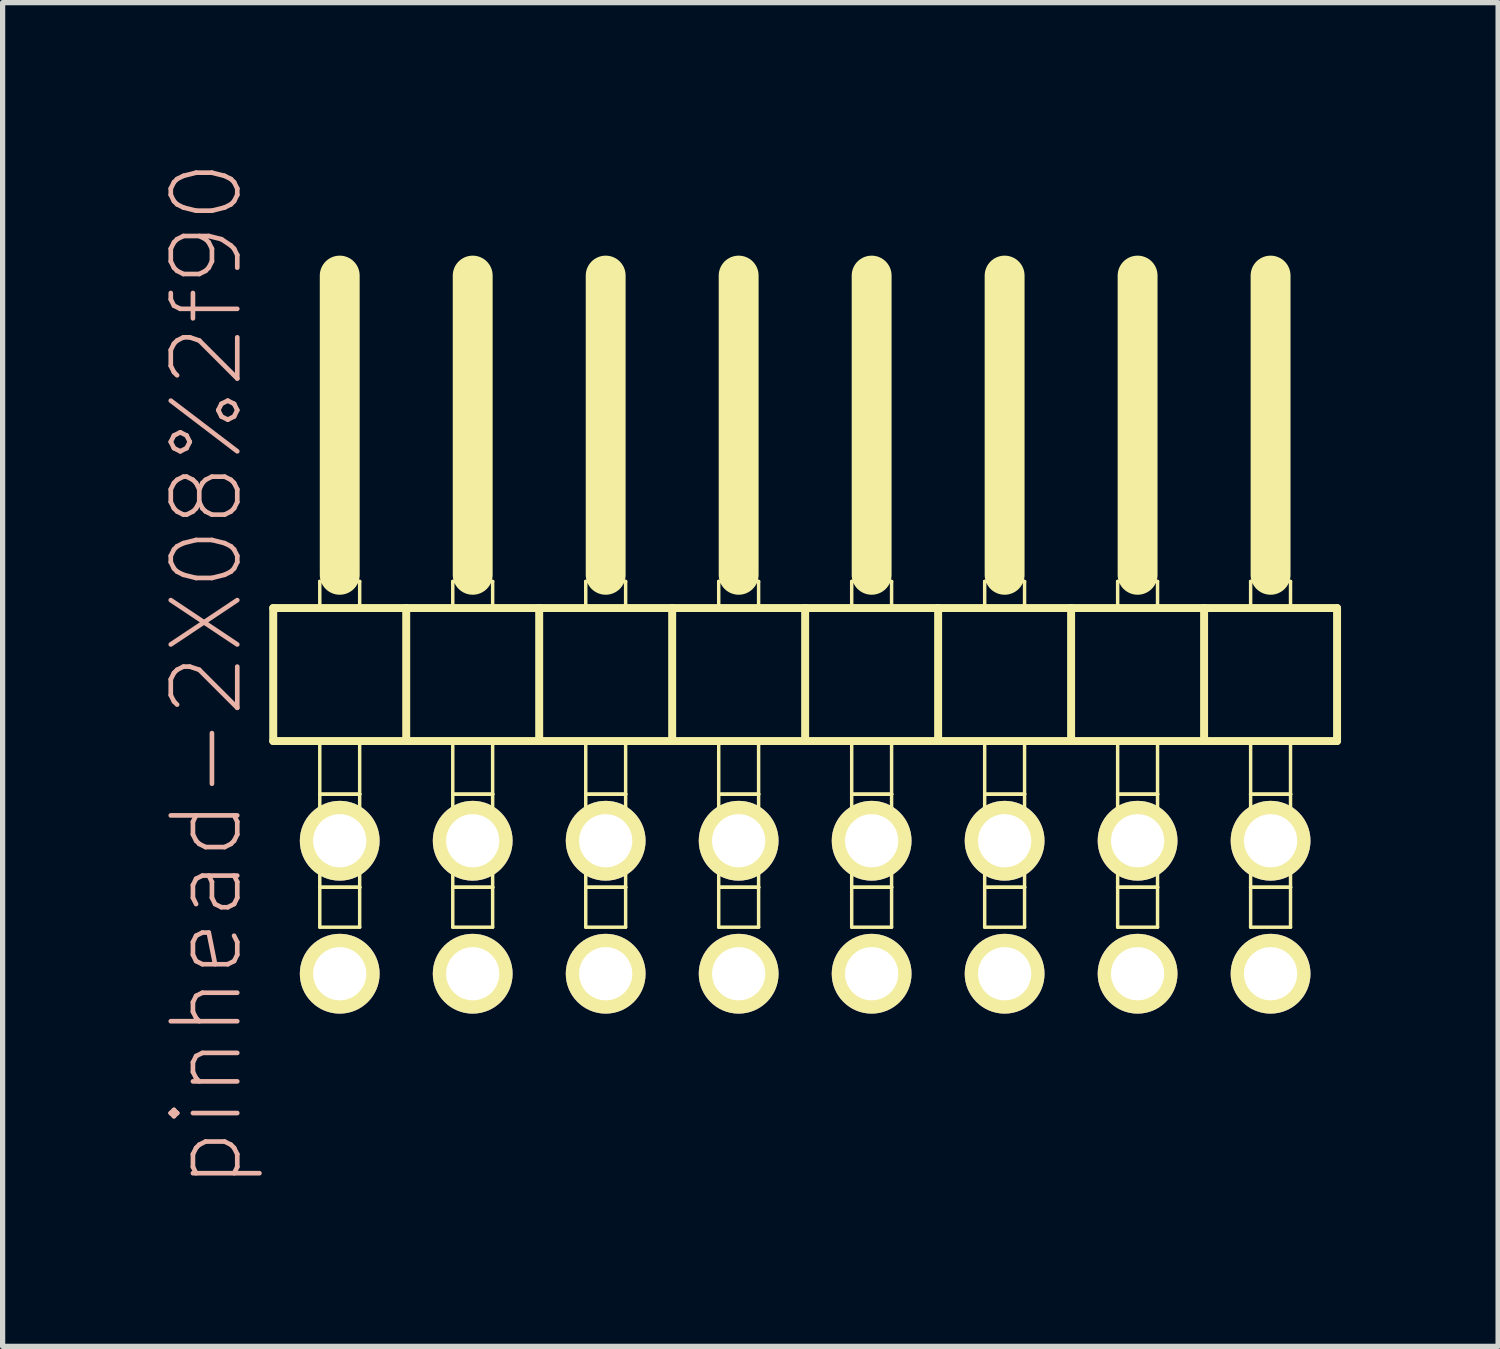
<source format=kicad_pcb>
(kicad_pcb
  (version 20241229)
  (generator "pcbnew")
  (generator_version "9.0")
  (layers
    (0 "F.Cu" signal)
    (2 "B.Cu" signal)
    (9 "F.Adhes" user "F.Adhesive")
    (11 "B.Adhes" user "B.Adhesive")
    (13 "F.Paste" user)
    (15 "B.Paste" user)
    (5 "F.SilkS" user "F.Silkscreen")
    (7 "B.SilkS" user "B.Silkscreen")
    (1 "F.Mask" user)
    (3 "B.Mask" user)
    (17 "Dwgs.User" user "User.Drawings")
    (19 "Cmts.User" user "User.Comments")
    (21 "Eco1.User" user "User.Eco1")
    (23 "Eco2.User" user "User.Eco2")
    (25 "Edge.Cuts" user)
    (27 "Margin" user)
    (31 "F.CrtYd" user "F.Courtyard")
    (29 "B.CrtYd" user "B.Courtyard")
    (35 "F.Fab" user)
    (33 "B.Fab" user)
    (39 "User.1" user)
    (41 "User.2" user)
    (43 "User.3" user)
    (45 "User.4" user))
  (footprint "pinhead-2X08%2f90"
    (layer "F.Cu")
    (at 12.329 9.199)
    (property "Reference" "pinhead-2X08%2f90" (at -11.43 0.635 90) (layer "B.SilkS") (effects (font (size 1.27 1.27) (thickness 0.089))))
    (attr exclude_from_pos_files exclude_from_bom)
    (fp_line (start -10.16 -0.635) (end -10.16 1.905) (stroke (width 0.152) (type solid)) (layer "F.SilkS"))
    (fp_line (start -10.16 1.905) (end -7.62 1.905) (stroke (width 0.152) (type solid)) (layer "F.SilkS"))
    (fp_line (start -9.271 -1.143) (end -8.509 -1.143) (stroke (width 0.066) (type solid)) (layer "F.SilkS"))
    (fp_line (start -9.271 -0.635) (end -9.271 -1.143) (stroke (width 0.066) (type solid)) (layer "F.SilkS"))
    (fp_line (start -9.271 -0.635) (end -8.509 -0.635) (stroke (width 0.066) (type solid)) (layer "F.SilkS"))
    (fp_line (start -9.271 1.905) (end -8.509 1.905) (stroke (width 0.066) (type solid)) (layer "F.SilkS"))
    (fp_line (start -9.271 2.921) (end -9.271 1.905) (stroke (width 0.066) (type solid)) (layer "F.SilkS"))
    (fp_line (start -9.271 2.921) (end -8.509 2.921) (stroke (width 0.066) (type solid)) (layer "F.SilkS"))
    (fp_line (start -9.271 2.921) (end -8.509 2.921) (stroke (width 0.066) (type solid)) (layer "F.SilkS"))
    (fp_line (start -9.271 4.699) (end -9.271 2.921) (stroke (width 0.066) (type solid)) (layer "F.SilkS"))
    (fp_line (start -9.271 4.699) (end -8.509 4.699) (stroke (width 0.066) (type solid)) (layer "F.SilkS"))
    (fp_line (start -9.271 4.699) (end -8.509 4.699) (stroke (width 0.066) (type solid)) (layer "F.SilkS"))
    (fp_line (start -9.271 5.461) (end -9.271 4.699) (stroke (width 0.066) (type solid)) (layer "F.SilkS"))
    (fp_line (start -9.271 5.461) (end -8.509 5.461) (stroke (width 0.066) (type solid)) (layer "F.SilkS"))
    (fp_line (start -8.89 -6.985) (end -8.89 -1.27) (stroke (width 0.762) (type solid)) (layer "F.SilkS"))
    (fp_line (start -8.509 -0.635) (end -8.509 -1.143) (stroke (width 0.066) (type solid)) (layer "F.SilkS"))
    (fp_line (start -8.509 2.921) (end -8.509 1.905) (stroke (width 0.066) (type solid)) (layer "F.SilkS"))
    (fp_line (start -8.509 4.699) (end -8.509 2.921) (stroke (width 0.066) (type solid)) (layer "F.SilkS"))
    (fp_line (start -8.509 5.461) (end -8.509 4.699) (stroke (width 0.066) (type solid)) (layer "F.SilkS"))
    (fp_line (start -7.62 -0.635) (end -10.16 -0.635) (stroke (width 0.152) (type solid)) (layer "F.SilkS"))
    (fp_line (start -7.62 1.905) (end -7.62 -0.635) (stroke (width 0.152) (type solid)) (layer "F.SilkS"))
    (fp_line (start -7.62 1.905) (end -5.08 1.905) (stroke (width 0.152) (type solid)) (layer "F.SilkS"))
    (fp_line (start -6.731 -1.143) (end -5.969 -1.143) (stroke (width 0.066) (type solid)) (layer "F.SilkS"))
    (fp_line (start -6.731 -0.635) (end -6.731 -1.143) (stroke (width 0.066) (type solid)) (layer "F.SilkS"))
    (fp_line (start -6.731 -0.635) (end -5.969 -0.635) (stroke (width 0.066) (type solid)) (layer "F.SilkS"))
    (fp_line (start -6.731 1.905) (end -5.969 1.905) (stroke (width 0.066) (type solid)) (layer "F.SilkS"))
    (fp_line (start -6.731 2.921) (end -6.731 1.905) (stroke (width 0.066) (type solid)) (layer "F.SilkS"))
    (fp_line (start -6.731 2.921) (end -5.969 2.921) (stroke (width 0.066) (type solid)) (layer "F.SilkS"))
    (fp_line (start -6.731 2.921) (end -5.969 2.921) (stroke (width 0.066) (type solid)) (layer "F.SilkS"))
    (fp_line (start -6.731 4.699) (end -6.731 2.921) (stroke (width 0.066) (type solid)) (layer "F.SilkS"))
    (fp_line (start -6.731 4.699) (end -5.969 4.699) (stroke (width 0.066) (type solid)) (layer "F.SilkS"))
    (fp_line (start -6.731 4.699) (end -5.969 4.699) (stroke (width 0.066) (type solid)) (layer "F.SilkS"))
    (fp_line (start -6.731 5.461) (end -6.731 4.699) (stroke (width 0.066) (type solid)) (layer "F.SilkS"))
    (fp_line (start -6.731 5.461) (end -5.969 5.461) (stroke (width 0.066) (type solid)) (layer "F.SilkS"))
    (fp_line (start -6.35 -6.985) (end -6.35 -1.27) (stroke (width 0.762) (type solid)) (layer "F.SilkS"))
    (fp_line (start -5.969 -0.635) (end -5.969 -1.143) (stroke (width 0.066) (type solid)) (layer "F.SilkS"))
    (fp_line (start -5.969 2.921) (end -5.969 1.905) (stroke (width 0.066) (type solid)) (layer "F.SilkS"))
    (fp_line (start -5.969 4.699) (end -5.969 2.921) (stroke (width 0.066) (type solid)) (layer "F.SilkS"))
    (fp_line (start -5.969 5.461) (end -5.969 4.699) (stroke (width 0.066) (type solid)) (layer "F.SilkS"))
    (fp_line (start -5.08 -0.635) (end -7.62 -0.635) (stroke (width 0.152) (type solid)) (layer "F.SilkS"))
    (fp_line (start -5.08 1.905) (end -5.08 -0.635) (stroke (width 0.152) (type solid)) (layer "F.SilkS"))
    (fp_line (start -5.08 1.905) (end -2.54 1.905) (stroke (width 0.152) (type solid)) (layer "F.SilkS"))
    (fp_line (start -4.191 -1.143) (end -3.429 -1.143) (stroke (width 0.066) (type solid)) (layer "F.SilkS"))
    (fp_line (start -4.191 -0.635) (end -4.191 -1.143) (stroke (width 0.066) (type solid)) (layer "F.SilkS"))
    (fp_line (start -4.191 -0.635) (end -3.429 -0.635) (stroke (width 0.066) (type solid)) (layer "F.SilkS"))
    (fp_line (start -4.191 1.905) (end -3.429 1.905) (stroke (width 0.066) (type solid)) (layer "F.SilkS"))
    (fp_line (start -4.191 2.921) (end -4.191 1.905) (stroke (width 0.066) (type solid)) (layer "F.SilkS"))
    (fp_line (start -4.191 2.921) (end -3.429 2.921) (stroke (width 0.066) (type solid)) (layer "F.SilkS"))
    (fp_line (start -4.191 2.921) (end -3.429 2.921) (stroke (width 0.066) (type solid)) (layer "F.SilkS"))
    (fp_line (start -4.191 4.699) (end -4.191 2.921) (stroke (width 0.066) (type solid)) (layer "F.SilkS"))
    (fp_line (start -4.191 4.699) (end -3.429 4.699) (stroke (width 0.066) (type solid)) (layer "F.SilkS"))
    (fp_line (start -4.191 4.699) (end -3.429 4.699) (stroke (width 0.066) (type solid)) (layer "F.SilkS"))
    (fp_line (start -4.191 5.461) (end -4.191 4.699) (stroke (width 0.066) (type solid)) (layer "F.SilkS"))
    (fp_line (start -4.191 5.461) (end -3.429 5.461) (stroke (width 0.066) (type solid)) (layer "F.SilkS"))
    (fp_line (start -3.81 -6.985) (end -3.81 -1.27) (stroke (width 0.762) (type solid)) (layer "F.SilkS"))
    (fp_line (start -3.429 -0.635) (end -3.429 -1.143) (stroke (width 0.066) (type solid)) (layer "F.SilkS"))
    (fp_line (start -3.429 2.921) (end -3.429 1.905) (stroke (width 0.066) (type solid)) (layer "F.SilkS"))
    (fp_line (start -3.429 4.699) (end -3.429 2.921) (stroke (width 0.066) (type solid)) (layer "F.SilkS"))
    (fp_line (start -3.429 5.461) (end -3.429 4.699) (stroke (width 0.066) (type solid)) (layer "F.SilkS"))
    (fp_line (start -2.54 -0.635) (end -5.08 -0.635) (stroke (width 0.152) (type solid)) (layer "F.SilkS"))
    (fp_line (start -2.54 1.905) (end -2.54 -0.635) (stroke (width 0.152) (type solid)) (layer "F.SilkS"))
    (fp_line (start -2.54 1.905) (end 0 1.905) (stroke (width 0.152) (type solid)) (layer "F.SilkS"))
    (fp_line (start -1.651 -1.143) (end -0.889 -1.143) (stroke (width 0.066) (type solid)) (layer "F.SilkS"))
    (fp_line (start -1.651 -0.635) (end -1.651 -1.143) (stroke (width 0.066) (type solid)) (layer "F.SilkS"))
    (fp_line (start -1.651 -0.635) (end -0.889 -0.635) (stroke (width 0.066) (type solid)) (layer "F.SilkS"))
    (fp_line (start -1.651 1.905) (end -0.889 1.905) (stroke (width 0.066) (type solid)) (layer "F.SilkS"))
    (fp_line (start -1.651 2.921) (end -1.651 1.905) (stroke (width 0.066) (type solid)) (layer "F.SilkS"))
    (fp_line (start -1.651 2.921) (end -0.889 2.921) (stroke (width 0.066) (type solid)) (layer "F.SilkS"))
    (fp_line (start -1.651 2.921) (end -0.889 2.921) (stroke (width 0.066) (type solid)) (layer "F.SilkS"))
    (fp_line (start -1.651 4.699) (end -1.651 2.921) (stroke (width 0.066) (type solid)) (layer "F.SilkS"))
    (fp_line (start -1.651 4.699) (end -0.889 4.699) (stroke (width 0.066) (type solid)) (layer "F.SilkS"))
    (fp_line (start -1.651 4.699) (end -0.889 4.699) (stroke (width 0.066) (type solid)) (layer "F.SilkS"))
    (fp_line (start -1.651 5.461) (end -1.651 4.699) (stroke (width 0.066) (type solid)) (layer "F.SilkS"))
    (fp_line (start -1.651 5.461) (end -0.889 5.461) (stroke (width 0.066) (type solid)) (layer "F.SilkS"))
    (fp_line (start -1.27 -6.985) (end -1.27 -1.27) (stroke (width 0.762) (type solid)) (layer "F.SilkS"))
    (fp_line (start -0.889 -0.635) (end -0.889 -1.143) (stroke (width 0.066) (type solid)) (layer "F.SilkS"))
    (fp_line (start -0.889 2.921) (end -0.889 1.905) (stroke (width 0.066) (type solid)) (layer "F.SilkS"))
    (fp_line (start -0.889 4.699) (end -0.889 2.921) (stroke (width 0.066) (type solid)) (layer "F.SilkS"))
    (fp_line (start -0.889 5.461) (end -0.889 4.699) (stroke (width 0.066) (type solid)) (layer "F.SilkS"))
    (fp_line (start 0 -0.635) (end -2.54 -0.635) (stroke (width 0.152) (type solid)) (layer "F.SilkS"))
    (fp_line (start 0 1.905) (end 0 -0.635) (stroke (width 0.152) (type solid)) (layer "F.SilkS"))
    (fp_line (start 0 1.905) (end 2.54 1.905) (stroke (width 0.152) (type solid)) (layer "F.SilkS"))
    (fp_line (start 0.889 -1.143) (end 1.651 -1.143) (stroke (width 0.066) (type solid)) (layer "F.SilkS"))
    (fp_line (start 0.889 -0.635) (end 0.889 -1.143) (stroke (width 0.066) (type solid)) (layer "F.SilkS"))
    (fp_line (start 0.889 -0.635) (end 1.651 -0.635) (stroke (width 0.066) (type solid)) (layer "F.SilkS"))
    (fp_line (start 0.889 1.905) (end 1.651 1.905) (stroke (width 0.066) (type solid)) (layer "F.SilkS"))
    (fp_line (start 0.889 2.921) (end 0.889 1.905) (stroke (width 0.066) (type solid)) (layer "F.SilkS"))
    (fp_line (start 0.889 2.921) (end 1.651 2.921) (stroke (width 0.066) (type solid)) (layer "F.SilkS"))
    (fp_line (start 0.889 2.921) (end 1.651 2.921) (stroke (width 0.066) (type solid)) (layer "F.SilkS"))
    (fp_line (start 0.889 4.699) (end 0.889 2.921) (stroke (width 0.066) (type solid)) (layer "F.SilkS"))
    (fp_line (start 0.889 4.699) (end 1.651 4.699) (stroke (width 0.066) (type solid)) (layer "F.SilkS"))
    (fp_line (start 0.889 4.699) (end 1.651 4.699) (stroke (width 0.066) (type solid)) (layer "F.SilkS"))
    (fp_line (start 0.889 5.461) (end 0.889 4.699) (stroke (width 0.066) (type solid)) (layer "F.SilkS"))
    (fp_line (start 0.889 5.461) (end 1.651 5.461) (stroke (width 0.066) (type solid)) (layer "F.SilkS"))
    (fp_line (start 1.27 -6.985) (end 1.27 -1.27) (stroke (width 0.762) (type solid)) (layer "F.SilkS"))
    (fp_line (start 1.651 -0.635) (end 1.651 -1.143) (stroke (width 0.066) (type solid)) (layer "F.SilkS"))
    (fp_line (start 1.651 2.921) (end 1.651 1.905) (stroke (width 0.066) (type solid)) (layer "F.SilkS"))
    (fp_line (start 1.651 4.699) (end 1.651 2.921) (stroke (width 0.066) (type solid)) (layer "F.SilkS"))
    (fp_line (start 1.651 5.461) (end 1.651 4.699) (stroke (width 0.066) (type solid)) (layer "F.SilkS"))
    (fp_line (start 2.54 -0.635) (end 0 -0.635) (stroke (width 0.152) (type solid)) (layer "F.SilkS"))
    (fp_line (start 2.54 1.905) (end 2.54 -0.635) (stroke (width 0.152) (type solid)) (layer "F.SilkS"))
    (fp_line (start 2.54 1.905) (end 5.08 1.905) (stroke (width 0.152) (type solid)) (layer "F.SilkS"))
    (fp_line (start 3.429 -1.143) (end 4.191 -1.143) (stroke (width 0.066) (type solid)) (layer "F.SilkS"))
    (fp_line (start 3.429 -0.635) (end 3.429 -1.143) (stroke (width 0.066) (type solid)) (layer "F.SilkS"))
    (fp_line (start 3.429 -0.635) (end 4.191 -0.635) (stroke (width 0.066) (type solid)) (layer "F.SilkS"))
    (fp_line (start 3.429 1.905) (end 4.191 1.905) (stroke (width 0.066) (type solid)) (layer "F.SilkS"))
    (fp_line (start 3.429 2.921) (end 3.429 1.905) (stroke (width 0.066) (type solid)) (layer "F.SilkS"))
    (fp_line (start 3.429 2.921) (end 4.191 2.921) (stroke (width 0.066) (type solid)) (layer "F.SilkS"))
    (fp_line (start 3.429 2.921) (end 4.191 2.921) (stroke (width 0.066) (type solid)) (layer "F.SilkS"))
    (fp_line (start 3.429 4.699) (end 3.429 2.921) (stroke (width 0.066) (type solid)) (layer "F.SilkS"))
    (fp_line (start 3.429 4.699) (end 4.191 4.699) (stroke (width 0.066) (type solid)) (layer "F.SilkS"))
    (fp_line (start 3.429 4.699) (end 4.191 4.699) (stroke (width 0.066) (type solid)) (layer "F.SilkS"))
    (fp_line (start 3.429 5.461) (end 3.429 4.699) (stroke (width 0.066) (type solid)) (layer "F.SilkS"))
    (fp_line (start 3.429 5.461) (end 4.191 5.461) (stroke (width 0.066) (type solid)) (layer "F.SilkS"))
    (fp_line (start 3.81 -6.985) (end 3.81 -1.27) (stroke (width 0.762) (type solid)) (layer "F.SilkS"))
    (fp_line (start 4.191 -0.635) (end 4.191 -1.143) (stroke (width 0.066) (type solid)) (layer "F.SilkS"))
    (fp_line (start 4.191 2.921) (end 4.191 1.905) (stroke (width 0.066) (type solid)) (layer "F.SilkS"))
    (fp_line (start 4.191 4.699) (end 4.191 2.921) (stroke (width 0.066) (type solid)) (layer "F.SilkS"))
    (fp_line (start 4.191 5.461) (end 4.191 4.699) (stroke (width 0.066) (type solid)) (layer "F.SilkS"))
    (fp_line (start 5.08 -0.635) (end 2.54 -0.635) (stroke (width 0.152) (type solid)) (layer "F.SilkS"))
    (fp_line (start 5.08 1.905) (end 5.08 -0.635) (stroke (width 0.152) (type solid)) (layer "F.SilkS"))
    (fp_line (start 5.08 1.905) (end 7.62 1.905) (stroke (width 0.152) (type solid)) (layer "F.SilkS"))
    (fp_line (start 5.969 -1.143) (end 6.731 -1.143) (stroke (width 0.066) (type solid)) (layer "F.SilkS"))
    (fp_line (start 5.969 -0.635) (end 5.969 -1.143) (stroke (width 0.066) (type solid)) (layer "F.SilkS"))
    (fp_line (start 5.969 -0.635) (end 6.731 -0.635) (stroke (width 0.066) (type solid)) (layer "F.SilkS"))
    (fp_line (start 5.969 1.905) (end 6.731 1.905) (stroke (width 0.066) (type solid)) (layer "F.SilkS"))
    (fp_line (start 5.969 2.921) (end 5.969 1.905) (stroke (width 0.066) (type solid)) (layer "F.SilkS"))
    (fp_line (start 5.969 2.921) (end 6.731 2.921) (stroke (width 0.066) (type solid)) (layer "F.SilkS"))
    (fp_line (start 5.969 2.921) (end 6.731 2.921) (stroke (width 0.066) (type solid)) (layer "F.SilkS"))
    (fp_line (start 5.969 4.699) (end 5.969 2.921) (stroke (width 0.066) (type solid)) (layer "F.SilkS"))
    (fp_line (start 5.969 4.699) (end 6.731 4.699) (stroke (width 0.066) (type solid)) (layer "F.SilkS"))
    (fp_line (start 5.969 4.699) (end 6.731 4.699) (stroke (width 0.066) (type solid)) (layer "F.SilkS"))
    (fp_line (start 5.969 5.461) (end 5.969 4.699) (stroke (width 0.066) (type solid)) (layer "F.SilkS"))
    (fp_line (start 5.969 5.461) (end 6.731 5.461) (stroke (width 0.066) (type solid)) (layer "F.SilkS"))
    (fp_line (start 6.35 -6.985) (end 6.35 -1.27) (stroke (width 0.762) (type solid)) (layer "F.SilkS"))
    (fp_line (start 6.731 -0.635) (end 6.731 -1.143) (stroke (width 0.066) (type solid)) (layer "F.SilkS"))
    (fp_line (start 6.731 2.921) (end 6.731 1.905) (stroke (width 0.066) (type solid)) (layer "F.SilkS"))
    (fp_line (start 6.731 4.699) (end 6.731 2.921) (stroke (width 0.066) (type solid)) (layer "F.SilkS"))
    (fp_line (start 6.731 5.461) (end 6.731 4.699) (stroke (width 0.066) (type solid)) (layer "F.SilkS"))
    (fp_line (start 7.62 -0.635) (end 5.08 -0.635) (stroke (width 0.152) (type solid)) (layer "F.SilkS"))
    (fp_line (start 7.62 1.905) (end 7.62 -0.635) (stroke (width 0.152) (type solid)) (layer "F.SilkS"))
    (fp_line (start 7.62 1.905) (end 10.16 1.905) (stroke (width 0.152) (type solid)) (layer "F.SilkS"))
    (fp_line (start 8.509 -1.143) (end 9.271 -1.143) (stroke (width 0.066) (type solid)) (layer "F.SilkS"))
    (fp_line (start 8.509 -0.635) (end 8.509 -1.143) (stroke (width 0.066) (type solid)) (layer "F.SilkS"))
    (fp_line (start 8.509 -0.635) (end 9.271 -0.635) (stroke (width 0.066) (type solid)) (layer "F.SilkS"))
    (fp_line (start 8.509 1.905) (end 9.271 1.905) (stroke (width 0.066) (type solid)) (layer "F.SilkS"))
    (fp_line (start 8.509 2.921) (end 8.509 1.905) (stroke (width 0.066) (type solid)) (layer "F.SilkS"))
    (fp_line (start 8.509 2.921) (end 9.271 2.921) (stroke (width 0.066) (type solid)) (layer "F.SilkS"))
    (fp_line (start 8.509 2.921) (end 9.271 2.921) (stroke (width 0.066) (type solid)) (layer "F.SilkS"))
    (fp_line (start 8.509 4.699) (end 8.509 2.921) (stroke (width 0.066) (type solid)) (layer "F.SilkS"))
    (fp_line (start 8.509 4.699) (end 9.271 4.699) (stroke (width 0.066) (type solid)) (layer "F.SilkS"))
    (fp_line (start 8.509 4.699) (end 9.271 4.699) (stroke (width 0.066) (type solid)) (layer "F.SilkS"))
    (fp_line (start 8.509 5.461) (end 8.509 4.699) (stroke (width 0.066) (type solid)) (layer "F.SilkS"))
    (fp_line (start 8.509 5.461) (end 9.271 5.461) (stroke (width 0.066) (type solid)) (layer "F.SilkS"))
    (fp_line (start 8.89 -6.985) (end 8.89 -1.27) (stroke (width 0.762) (type solid)) (layer "F.SilkS"))
    (fp_line (start 9.271 -0.635) (end 9.271 -1.143) (stroke (width 0.066) (type solid)) (layer "F.SilkS"))
    (fp_line (start 9.271 2.921) (end 9.271 1.905) (stroke (width 0.066) (type solid)) (layer "F.SilkS"))
    (fp_line (start 9.271 4.699) (end 9.271 2.921) (stroke (width 0.066) (type solid)) (layer "F.SilkS"))
    (fp_line (start 9.271 5.461) (end 9.271 4.699) (stroke (width 0.066) (type solid)) (layer "F.SilkS"))
    (fp_line (start 10.16 -0.635) (end 7.62 -0.635) (stroke (width 0.152) (type solid)) (layer "F.SilkS"))
    (fp_line (start 10.16 1.905) (end 10.16 -0.635) (stroke (width 0.152) (type solid)) (layer "F.SilkS"))
    (pad "1" thru_hole circle (at -8.89 6.35) (size 1.524 1.524) (drill 1.016) (layers "*.Cu" "F.Mask" "F.SilkS" "F.Paste"))
    (pad "2" thru_hole circle (at -8.89 3.81) (size 1.524 1.524) (drill 1.016) (layers "*.Cu" "F.Mask" "F.SilkS" "F.Paste"))
    (pad "3" thru_hole circle (at -6.35 6.35) (size 1.524 1.524) (drill 1.016) (layers "*.Cu" "F.Mask" "F.SilkS" "F.Paste"))
    (pad "4" thru_hole circle (at -6.35 3.81) (size 1.524 1.524) (drill 1.016) (layers "*.Cu" "F.Mask" "F.SilkS" "F.Paste"))
    (pad "5" thru_hole circle (at -3.81 6.35) (size 1.524 1.524) (drill 1.016) (layers "*.Cu" "F.Mask" "F.SilkS" "F.Paste"))
    (pad "6" thru_hole circle (at -3.81 3.81) (size 1.524 1.524) (drill 1.016) (layers "*.Cu" "F.Mask" "F.SilkS" "F.Paste"))
    (pad "7" thru_hole circle (at -1.27 6.35) (size 1.524 1.524) (drill 1.016) (layers "*.Cu" "F.Mask" "F.SilkS" "F.Paste"))
    (pad "8" thru_hole circle (at -1.27 3.81) (size 1.524 1.524) (drill 1.016) (layers "*.Cu" "F.Mask" "F.SilkS" "F.Paste"))
    (pad "9" thru_hole circle (at 1.27 6.35) (size 1.524 1.524) (drill 1.016) (layers "*.Cu" "F.Mask" "F.SilkS" "F.Paste"))
    (pad "10" thru_hole circle (at 1.27 3.81) (size 1.524 1.524) (drill 1.016) (layers "*.Cu" "F.Mask" "F.SilkS" "F.Paste"))
    (pad "11" thru_hole circle (at 3.81 6.35) (size 1.524 1.524) (drill 1.016) (layers "*.Cu" "F.Mask" "F.SilkS" "F.Paste"))
    (pad "12" thru_hole circle (at 3.81 3.81) (size 1.524 1.524) (drill 1.016) (layers "*.Cu" "F.Mask" "F.SilkS" "F.Paste"))
    (pad "13" thru_hole circle (at 6.35 6.35) (size 1.524 1.524) (drill 1.016) (layers "*.Cu" "F.Mask" "F.SilkS" "F.Paste"))
    (pad "14" thru_hole circle (at 6.35 3.81) (size 1.524 1.524) (drill 1.016) (layers "*.Cu" "F.Mask" "F.SilkS" "F.Paste"))
    (pad "15" thru_hole circle (at 8.89 6.35) (size 1.524 1.524) (drill 1.016) (layers "*.Cu" "F.Mask" "F.SilkS" "F.Paste"))
    (pad "16" thru_hole circle (at 8.89 3.81) (size 1.524 1.524) (drill 1.016) (layers "*.Cu" "F.Mask" "F.SilkS" "F.Paste")))
  (gr_rect
    (start -3 -3)
    (end 25.565 22.667)
    (stroke (width 0.1) (type default))
    (fill no)
    (layer "Edge.Cuts")))
</source>
